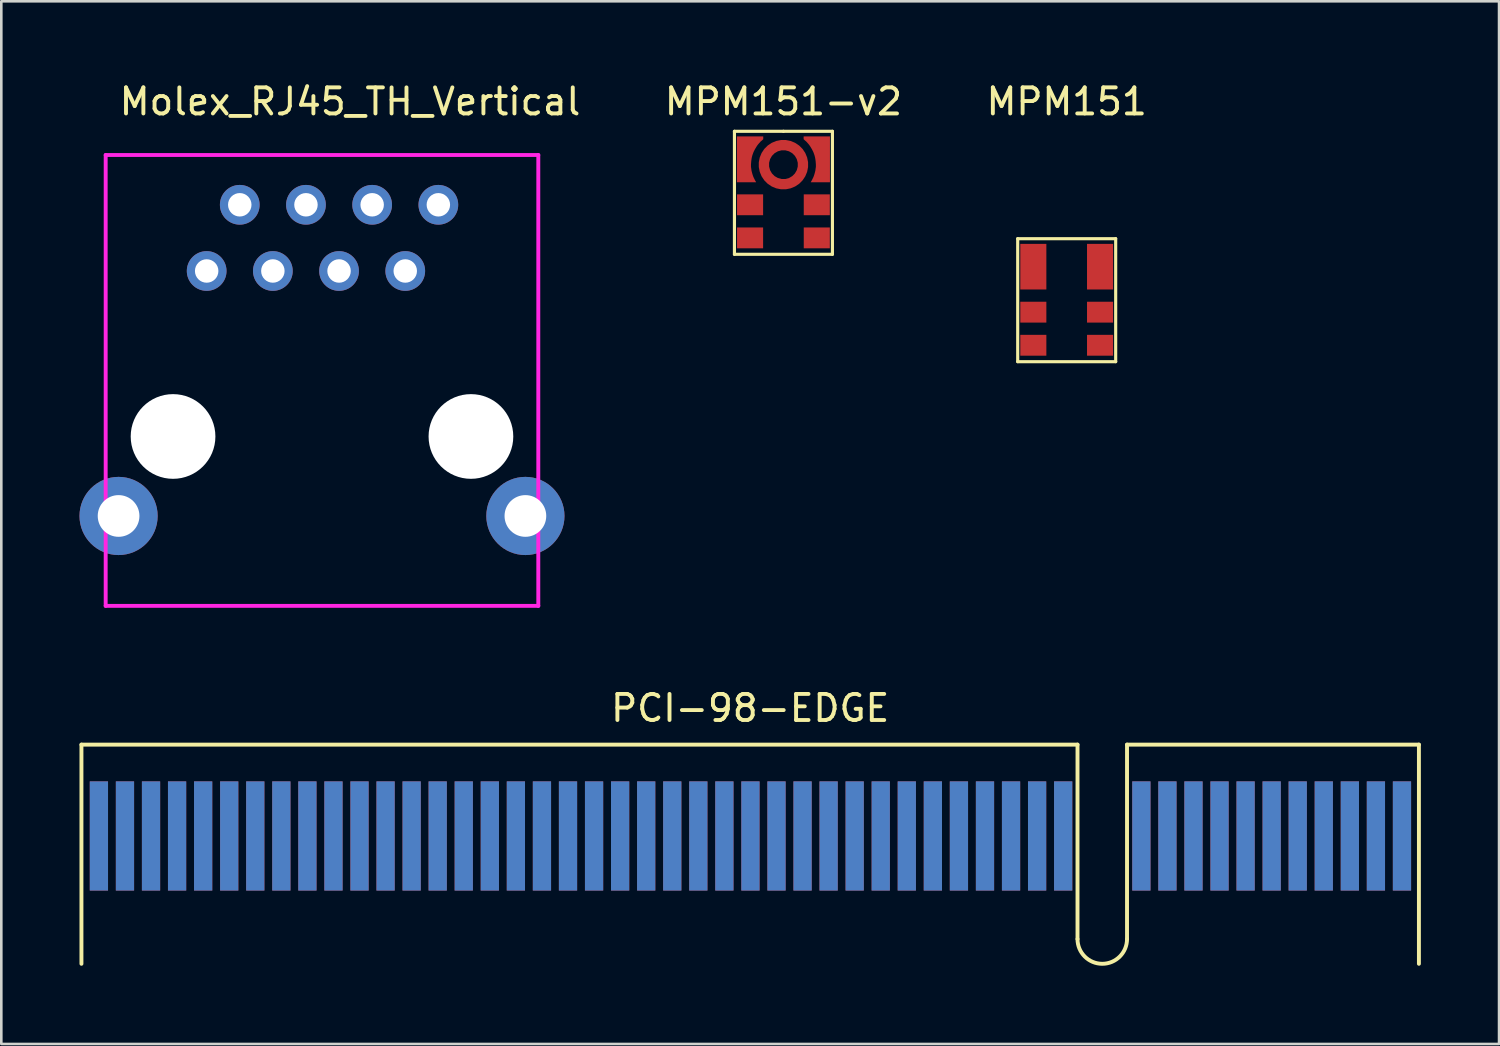
<source format=kicad_pcb>
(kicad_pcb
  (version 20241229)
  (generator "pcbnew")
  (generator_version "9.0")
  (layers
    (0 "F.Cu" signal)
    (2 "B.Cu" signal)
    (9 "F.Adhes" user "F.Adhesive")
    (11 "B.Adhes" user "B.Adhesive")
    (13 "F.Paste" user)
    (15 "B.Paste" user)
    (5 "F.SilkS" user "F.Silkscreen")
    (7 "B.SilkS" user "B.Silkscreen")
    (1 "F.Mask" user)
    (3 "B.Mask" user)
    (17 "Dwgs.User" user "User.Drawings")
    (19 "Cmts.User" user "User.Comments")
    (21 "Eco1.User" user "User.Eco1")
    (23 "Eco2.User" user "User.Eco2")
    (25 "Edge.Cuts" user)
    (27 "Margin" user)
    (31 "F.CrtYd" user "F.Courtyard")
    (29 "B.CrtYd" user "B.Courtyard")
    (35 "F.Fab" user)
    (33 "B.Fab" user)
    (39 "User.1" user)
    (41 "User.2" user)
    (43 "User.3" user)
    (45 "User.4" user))
  (footprint "MPM151-v2"
    (layer "F.Cu")
    (at 27.011 4.348)
    (property "Reference" "MPM151-v2" (at 0 -3.5 0) (layer "F.SilkS") (effects (font (size 1 1) (thickness 0.15))))
    (attr through_hole)
    (fp_line (start -1.88 -2.36) (end 0 -2.36) (stroke (width 0.12) (type solid)) (layer "F.SilkS"))
    (fp_line (start -1.88 2.36) (end -1.88 -2.36) (stroke (width 0.12) (type solid)) (layer "F.SilkS"))
    (fp_line (start 0 -2.36) (end 1.88 -2.36) (stroke (width 0.12) (type solid)) (layer "F.SilkS"))
    (fp_line (start 1.88 -2.36) (end 1.88 2.36) (stroke (width 0.12) (type solid)) (layer "F.SilkS"))
    (fp_line (start 1.88 2.36) (end -1.88 2.36) (stroke (width 0.12) (type solid)) (layer "F.SilkS"))
    (pad "" smd custom (at 0 -1.83) (size 0.4 0.3) (layers "F.Cu" "F.Mask" "F.Paste") (options (anchor rect)) (primitives (gr_circle (center 0 0.75) (end 0.75 0.75) (width 0.4) (fill no))))
    (pad "1" smd rect (at 1.28 1.73) (size 1 0.8) (layers "F.Cu" "F.Mask" "F.Paste"))
    (pad "2" smd rect (at 1.28 0.46) (size 1 0.8) (layers "F.Cu" "F.Mask" "F.Paste"))
    (pad "3" smd custom (at 1.53 -0.91) (size 0.5 1) (layers "F.Cu" "F.Mask" "F.Paste") (options (anchor rect)) (primitives (gr_poly (pts (xy 0.25 0.5) (xy -0.475 0.5) (xy -0.44 0.44) (xy -0.41 0.38) (xy -0.38 0.32) (xy -0.36 0.27) (xy -0.34 0.21) (xy -0.32 0.14) (xy -0.3 0.06) (xy -0.29 -0.02) (xy -0.28 -0.08) (xy -0.28 -0.18) (xy -0.29 -0.31) (xy -0.3 -0.38) (xy -0.31 -0.44) (xy -0.33 -0.52) (xy -0.35 -0.58) (xy -0.38 -0.66) (xy -0.41 -0.72) (xy -0.43 -0.76) (xy -0.49 -0.86) (xy -0.53 -0.92) (xy -0.57 -0.97) (xy -0.65 -1.06) (xy -0.71 -1.11) (xy -0.74 -1.14) (xy -0.75 -1.147) (xy -0.75 -1.25) (xy 0.25 -1.25)) (width 0.01) (fill yes))))
    (pad "4" smd custom (at -1.53 -0.91) (size 0.5 1) (layers "F.Cu" "F.Mask" "F.Paste") (options (anchor rect)) (primitives (gr_poly (pts (xy -0.25 0.5) (xy 0.475 0.5) (xy 0.44 0.44) (xy 0.41 0.38) (xy 0.38 0.32) (xy 0.36 0.27) (xy 0.34 0.21) (xy 0.32 0.14) (xy 0.3 0.06) (xy 0.29 -0.02) (xy 0.28 -0.08) (xy 0.28 -0.18) (xy 0.29 -0.31) (xy 0.3 -0.38) (xy 0.31 -0.44) (xy 0.33 -0.52) (xy 0.35 -0.58) (xy 0.38 -0.66) (xy 0.41 -0.72) (xy 0.43 -0.76) (xy 0.49 -0.86) (xy 0.53 -0.92) (xy 0.57 -0.97) (xy 0.65 -1.06) (xy 0.71 -1.11) (xy 0.74 -1.14) (xy 0.75 -1.147) (xy 0.75 -1.25) (xy -0.25 -1.25)) (width 0.01) (fill yes))))
    (pad "5" smd rect (at -1.28 0.46) (size 1 0.8) (layers "F.Cu" "F.Mask" "F.Paste"))
    (pad "6" smd rect (at -1.28 1.73) (size 1 0.8) (layers "F.Cu" "F.Mask" "F.Paste")))
  (footprint "MPM151"
    (layer "F.Cu")
    (at 37.88 8.468)
    (property "Reference" "MPM151" (at 0 -7.62 0) (layer "F.SilkS") (effects (font (size 1 1) (thickness 0.15))))
    (attr through_hole)
    (fp_line (start -1.88 -2.36) (end -1.88 2.36) (stroke (width 0.12) (type solid)) (layer "F.SilkS"))
    (fp_line (start -1.88 -2.36) (end 1.88 -2.36) (stroke (width 0.12) (type solid)) (layer "F.SilkS"))
    (fp_line (start 1.88 -2.36) (end 1.88 2.36) (stroke (width 0.12) (type solid)) (layer "F.SilkS"))
    (fp_line (start 1.88 2.36) (end -1.88 2.36) (stroke (width 0.12) (type solid)) (layer "F.SilkS"))
    (pad "1" smd rect (at 1.28 1.73) (size 1 0.8) (layers "F.Cu" "F.Mask" "F.Paste"))
    (pad "2" smd rect (at 1.28 0.46) (size 1 0.8) (layers "F.Cu" "F.Mask" "F.Paste"))
    (pad "3" smd rect (at 1.28 -1.285) (size 1 1.75) (layers "F.Cu" "F.Mask" "F.Paste"))
    (pad "4" smd rect (at -1.28 -1.285) (size 1 1.75) (layers "F.Cu" "F.Mask" "F.Paste"))
    (pad "5" smd rect (at -1.28 0.46) (size 1 0.8) (layers "F.Cu" "F.Mask" "F.Paste"))
    (pad "6" smd rect (at -1.28 1.73) (size 1 0.8) (layers "F.Cu" "F.Mask" "F.Paste")))
  (footprint "Molex_RJ45_TH_Vertical"
    (layer "F.Cu")
    (at 4.88 7.348)
    (property "Reference" "Molex_RJ45_TH_Vertical" (at 5.5 -6.5 0) (layer "F.SilkS") (effects (font (size 1 1) (thickness 0.15))))
    (attr through_hole)
    (fp_line (start -3.875 -4.45) (end 12.725 -4.45) (stroke (width 0.15) (type solid)) (layer "F.CrtYd"))
    (fp_line (start -3.875 12.85) (end -3.875 -4.45) (stroke (width 0.15) (type solid)) (layer "F.CrtYd"))
    (fp_line (start 12.725 -4.45) (end 12.725 12.85) (stroke (width 0.15) (type solid)) (layer "F.CrtYd"))
    (fp_line (start 12.725 12.85) (end -3.875 12.85) (stroke (width 0.15) (type solid)) (layer "F.CrtYd"))
    (pad "" thru_hole circle (at -3.38 9.4) (size 3 3) (drill 1.6) (layers "*.Cu" "*.Mask"))
    (pad "" np_thru_hole circle (at -1.29 6.35) (size 3.25 3.25) (drill 3.25) (layers "*.Cu" "*.Mask"))
    (pad "" np_thru_hole circle (at 10.14 6.35) (size 3.25 3.25) (drill 3.25) (layers "*.Cu" "*.Mask"))
    (pad "" thru_hole circle (at 12.23 9.4) (size 3 3) (drill 1.6) (layers "*.Cu" "*.Mask"))
    (pad "1" thru_hole circle (at 0 0) (size 1.524 1.524) (drill 0.9) (layers "*.Cu" "*.Mask"))
    (pad "2" thru_hole circle (at 1.27 -2.54) (size 1.524 1.524) (drill 0.9) (layers "*.Cu" "*.Mask"))
    (pad "3" thru_hole circle (at 2.54 0) (size 1.524 1.524) (drill 0.9) (layers "*.Cu" "*.Mask"))
    (pad "4" thru_hole circle (at 3.81 -2.54) (size 1.524 1.524) (drill 0.9) (layers "*.Cu" "*.Mask"))
    (pad "5" thru_hole circle (at 5.08 0) (size 1.524 1.524) (drill 0.9) (layers "*.Cu" "*.Mask"))
    (pad "6" thru_hole circle (at 6.35 -2.54) (size 1.524 1.524) (drill 0.9) (layers "*.Cu" "*.Mask"))
    (pad "7" thru_hole circle (at 7.62 0) (size 1.524 1.524) (drill 0.9) (layers "*.Cu" "*.Mask"))
    (pad "8" thru_hole circle (at 8.89 -2.54) (size 1.524 1.524) (drill 0.9) (layers "*.Cu" "*.Mask")))
  (footprint "PCI-98-EDGE"
    (layer "F.Cu")
    (at 25.735 31.122)
    (property "Reference" "PCI-98-EDGE" (at 0 -7 0) (layer "F.SilkS") (effects (font (size 1 1) (thickness 0.15))))
    (attr through_hole)
    (fp_line (start -25.66 -5.6) (end -25.66 2.81) (stroke (width 0.15) (type solid)) (layer "F.SilkS"))
    (fp_line (start 12.56 -5.6) (end -25.66 -5.6) (stroke (width 0.15) (type solid)) (layer "F.SilkS"))
    (fp_line (start 12.56 -5.6) (end 12.56 1.86) (stroke (width 0.15) (type solid)) (layer "F.SilkS"))
    (fp_line (start 14.46 -5.6) (end 25.66 -5.6) (stroke (width 0.15) (type solid)) (layer "F.SilkS"))
    (fp_line (start 14.46 1.86) (end 14.46 -5.6) (stroke (width 0.15) (type solid)) (layer "F.SilkS"))
    (fp_line (start 25.66 -5.6) (end 25.66 2.81) (stroke (width 0.15) (type solid)) (layer "F.SilkS"))
    (fp_arc (start 14.46 1.86) (mid 13.51 2.81) (end 12.56 1.86) (stroke (width 0.15) (type solid)) (layer "F.SilkS"))
    (pad "A1" smd rect (at 25.01 -2.8) (size 0.7 4.19) (drill (offset 0 0.705)) (layers "B.Cu" "B.Mask" "B.Paste"))
    (pad "A2" smd rect (at 24.01 -2.8) (size 0.7 4.19) (drill (offset 0 0.705)) (layers "B.Cu" "B.Mask" "B.Paste"))
    (pad "A3" smd rect (at 23.01 -2.8) (size 0.7 4.19) (drill (offset 0 0.705)) (layers "B.Cu" "B.Mask" "B.Paste"))
    (pad "A4" smd rect (at 22.01 -2.8) (size 0.7 4.19) (drill (offset 0 0.705)) (layers "B.Cu" "B.Mask" "B.Paste"))
    (pad "A5" smd rect (at 21.01 -2.8) (size 0.7 4.19) (drill (offset 0 0.705)) (layers "B.Cu" "B.Mask" "B.Paste"))
    (pad "A6" smd rect (at 20.01 -2.8) (size 0.7 4.19) (drill (offset 0 0.705)) (layers "B.Cu" "B.Mask" "B.Paste"))
    (pad "A7" smd rect (at 19.01 -2.8) (size 0.7 4.19) (drill (offset 0 0.705)) (layers "B.Cu" "B.Mask" "B.Paste"))
    (pad "A8" smd rect (at 18.01 -2.8) (size 0.7 4.19) (drill (offset 0 0.705)) (layers "B.Cu" "B.Mask" "B.Paste"))
    (pad "A9" smd rect (at 17.01 -2.8) (size 0.7 4.19) (drill (offset 0 0.705)) (layers "B.Cu" "B.Mask" "B.Paste"))
    (pad "A10" smd rect (at 16.01 -2.8) (size 0.7 4.19) (drill (offset 0 0.705)) (layers "B.Cu" "B.Mask" "B.Paste"))
    (pad "A11" smd rect (at 15.01 -2.8) (size 0.7 4.19) (drill (offset 0 0.705)) (layers "B.Cu" "B.Mask" "B.Paste"))
    (pad "A12" smd rect (at 12.01 -2.8) (size 0.7 4.19) (drill (offset 0 0.705)) (layers "B.Cu" "B.Mask" "B.Paste"))
    (pad "A13" smd rect (at 11.01 -2.8) (size 0.7 4.19) (drill (offset 0 0.705)) (layers "B.Cu" "B.Mask" "B.Paste"))
    (pad "A14" smd rect (at 10.01 -2.8) (size 0.7 4.19) (drill (offset 0 0.705)) (layers "B.Cu" "B.Mask" "B.Paste"))
    (pad "A15" smd rect (at 9.01 -2.8) (size 0.7 4.19) (drill (offset 0 0.705)) (layers "B.Cu" "B.Mask" "B.Paste"))
    (pad "A16" smd rect (at 8.01 -2.8) (size 0.7 4.19) (drill (offset 0 0.705)) (layers "B.Cu" "B.Mask" "B.Paste"))
    (pad "A17" smd rect (at 7.01 -2.8) (size 0.7 4.19) (drill (offset 0 0.705)) (layers "B.Cu" "B.Mask" "B.Paste"))
    (pad "A18" smd rect (at 6.01 -2.8) (size 0.7 4.19) (drill (offset 0 0.705)) (layers "B.Cu" "B.Mask" "B.Paste"))
    (pad "A19" smd rect (at 5.01 -2.8) (size 0.7 4.19) (drill (offset 0 0.705)) (layers "B.Cu" "B.Mask" "B.Paste"))
    (pad "A20" smd rect (at 4.01 -2.8) (size 0.7 4.19) (drill (offset 0 0.705)) (layers "B.Cu" "B.Mask" "B.Paste"))
    (pad "A21" smd rect (at 3.01 -2.8) (size 0.7 4.19) (drill (offset 0 0.705)) (layers "B.Cu" "B.Mask" "B.Paste"))
    (pad "A22" smd rect (at 2.01 -2.8) (size 0.7 4.19) (drill (offset 0 0.705)) (layers "B.Cu" "B.Mask" "B.Paste"))
    (pad "A23" smd rect (at 1.01 -2.8) (size 0.7 4.19) (drill (offset 0 0.705)) (layers "B.Cu" "B.Mask" "B.Paste"))
    (pad "A24" smd rect (at 0.01 -2.8) (size 0.7 4.19) (drill (offset 0 0.705)) (layers "B.Cu" "B.Mask" "B.Paste"))
    (pad "A25" smd rect (at -0.99 -2.8) (size 0.7 4.19) (drill (offset 0 0.705)) (layers "B.Cu" "B.Mask" "B.Paste"))
    (pad "A26" smd rect (at -1.99 -2.8) (size 0.7 4.19) (drill (offset 0 0.705)) (layers "B.Cu" "B.Mask" "B.Paste"))
    (pad "A27" smd rect (at -2.99 -2.8) (size 0.7 4.19) (drill (offset 0 0.705)) (layers "B.Cu" "B.Mask" "B.Paste"))
    (pad "A28" smd rect (at -3.99 -2.8) (size 0.7 4.19) (drill (offset 0 0.705)) (layers "B.Cu" "B.Mask" "B.Paste"))
    (pad "A29" smd rect (at -4.99 -2.8) (size 0.7 4.19) (drill (offset 0 0.705)) (layers "B.Cu" "B.Mask" "B.Paste"))
    (pad "A30" smd rect (at -5.99 -2.8) (size 0.7 4.19) (drill (offset 0 0.705)) (layers "B.Cu" "B.Mask" "B.Paste"))
    (pad "A31" smd rect (at -6.99 -2.8) (size 0.7 4.19) (drill (offset 0 0.705)) (layers "B.Cu" "B.Mask" "B.Paste"))
    (pad "A32" smd rect (at -7.99 -2.8) (size 0.7 4.19) (drill (offset 0 0.705)) (layers "B.Cu" "B.Mask" "B.Paste"))
    (pad "A33" smd rect (at -8.99 -2.8) (size 0.7 4.19) (drill (offset 0 0.705)) (layers "B.Cu" "B.Mask" "B.Paste"))
    (pad "A34" smd rect (at -9.99 -2.8) (size 0.7 4.19) (drill (offset 0 0.705)) (layers "B.Cu" "B.Mask" "B.Paste"))
    (pad "A35" smd rect (at -10.99 -2.8) (size 0.7 4.19) (drill (offset 0 0.705)) (layers "B.Cu" "B.Mask" "B.Paste"))
    (pad "A36" smd rect (at -11.99 -2.8) (size 0.7 4.19) (drill (offset 0 0.705)) (layers "B.Cu" "B.Mask" "B.Paste"))
    (pad "A37" smd rect (at -12.99 -2.8) (size 0.7 4.19) (drill (offset 0 0.705)) (layers "B.Cu" "B.Mask" "B.Paste"))
    (pad "A38" smd rect (at -13.99 -2.8) (size 0.7 4.19) (drill (offset 0 0.705)) (layers "B.Cu" "B.Mask" "B.Paste"))
    (pad "A39" smd rect (at -14.99 -2.8) (size 0.7 4.19) (drill (offset 0 0.705)) (layers "B.Cu" "B.Mask" "B.Paste"))
    (pad "A40" smd rect (at -15.99 -2.8) (size 0.7 4.19) (drill (offset 0 0.705)) (layers "B.Cu" "B.Mask" "B.Paste"))
    (pad "A41" smd rect (at -16.99 -2.8) (size 0.7 4.19) (drill (offset 0 0.705)) (layers "B.Cu" "B.Mask" "B.Paste"))
    (pad "A42" smd rect (at -17.99 -2.8) (size 0.7 4.19) (drill (offset 0 0.705)) (layers "B.Cu" "B.Mask" "B.Paste"))
    (pad "A43" smd rect (at -18.99 -2.8) (size 0.7 4.19) (drill (offset 0 0.705)) (layers "B.Cu" "B.Mask" "B.Paste"))
    (pad "A44" smd rect (at -19.99 -2.8) (size 0.7 4.19) (drill (offset 0 0.705)) (layers "B.Cu" "B.Mask" "B.Paste"))
    (pad "A45" smd rect (at -20.99 -2.8) (size 0.7 4.19) (drill (offset 0 0.705)) (layers "B.Cu" "B.Mask" "B.Paste"))
    (pad "A46" smd rect (at -21.99 -2.8) (size 0.7 4.19) (drill (offset 0 0.705)) (layers "B.Cu" "B.Mask" "B.Paste"))
    (pad "A47" smd rect (at -22.99 -2.8) (size 0.7 4.19) (drill (offset 0 0.705)) (layers "B.Cu" "B.Mask" "B.Paste"))
    (pad "A48" smd rect (at -23.99 -2.8) (size 0.7 4.19) (drill (offset 0 0.705)) (layers "B.Cu" "B.Mask" "B.Paste"))
    (pad "A49" smd rect (at -24.99 -2.8) (size 0.7 4.19) (drill (offset 0 0.705)) (layers "B.Cu" "B.Mask" "B.Paste"))
    (pad "B1" smd rect (at 25.01 -2.8) (size 0.7 4.19) (drill (offset 0 0.705)) (layers "F.Cu" "F.Mask" "F.Paste"))
    (pad "B2" smd rect (at 24.01 -2.8) (size 0.7 4.19) (drill (offset 0 0.705)) (layers "F.Cu" "F.Mask" "F.Paste"))
    (pad "B3" smd rect (at 23.01 -2.8) (size 0.7 4.19) (drill (offset 0 0.705)) (layers "F.Cu" "F.Mask" "F.Paste"))
    (pad "B4" smd rect (at 22.01 -2.8) (size 0.7 4.19) (drill (offset 0 0.705)) (layers "F.Cu" "F.Mask" "F.Paste"))
    (pad "B5" smd rect (at 21.01 -2.8) (size 0.7 4.19) (drill (offset 0 0.705)) (layers "F.Cu" "F.Mask" "F.Paste"))
    (pad "B6" smd rect (at 20.01 -2.8) (size 0.7 4.19) (drill (offset 0 0.705)) (layers "F.Cu" "F.Mask" "F.Paste"))
    (pad "B7" smd rect (at 19.01 -2.8) (size 0.7 4.19) (drill (offset 0 0.705)) (layers "F.Cu" "F.Mask" "F.Paste"))
    (pad "B8" smd rect (at 18.01 -2.8) (size 0.7 4.19) (drill (offset 0 0.705)) (layers "F.Cu" "F.Mask" "F.Paste"))
    (pad "B9" smd rect (at 17.01 -2.8) (size 0.7 4.19) (drill (offset 0 0.705)) (layers "F.Cu" "F.Mask" "F.Paste"))
    (pad "B10" smd rect (at 16.01 -2.8) (size 0.7 4.19) (drill (offset 0 0.705)) (layers "F.Cu" "F.Mask" "F.Paste"))
    (pad "B11" smd rect (at 15.01 -2.8) (size 0.7 4.19) (drill (offset 0 0.705)) (layers "F.Cu" "F.Mask" "F.Paste"))
    (pad "B12" smd rect (at 12.01 -2.8) (size 0.7 4.19) (drill (offset 0 0.705)) (layers "F.Cu" "F.Mask" "F.Paste"))
    (pad "B13" smd rect (at 11.01 -2.8) (size 0.7 4.19) (drill (offset 0 0.705)) (layers "F.Cu" "F.Mask" "F.Paste"))
    (pad "B14" smd rect (at 10.01 -2.8) (size 0.7 4.19) (drill (offset 0 0.705)) (layers "F.Cu" "F.Mask" "F.Paste"))
    (pad "B15" smd rect (at 9.01 -2.8) (size 0.7 4.19) (drill (offset 0 0.705)) (layers "F.Cu" "F.Mask" "F.Paste"))
    (pad "B16" smd rect (at 8.01 -2.8) (size 0.7 4.19) (drill (offset 0 0.705)) (layers "F.Cu" "F.Mask" "F.Paste"))
    (pad "B17" smd rect (at 7.01 -2.8) (size 0.7 4.19) (drill (offset 0 0.705)) (layers "F.Cu" "F.Mask" "F.Paste"))
    (pad "B18" smd rect (at 6.01 -2.8) (size 0.7 4.19) (drill (offset 0 0.705)) (layers "F.Cu" "F.Mask" "F.Paste"))
    (pad "B19" smd rect (at 5.01 -2.8) (size 0.7 4.19) (drill (offset 0 0.705)) (layers "F.Cu" "F.Mask" "F.Paste"))
    (pad "B20" smd rect (at 4.01 -2.8) (size 0.7 4.19) (drill (offset 0 0.705)) (layers "F.Cu" "F.Mask" "F.Paste"))
    (pad "B21" smd rect (at 3.01 -2.8) (size 0.7 4.19) (drill (offset 0 0.705)) (layers "F.Cu" "F.Mask" "F.Paste"))
    (pad "B22" smd rect (at 2.01 -2.8) (size 0.7 4.19) (drill (offset 0 0.705)) (layers "F.Cu" "F.Mask" "F.Paste"))
    (pad "B23" smd rect (at 1.01 -2.8) (size 0.7 4.19) (drill (offset 0 0.705)) (layers "F.Cu" "F.Mask" "F.Paste"))
    (pad "B24" smd rect (at 0.01 -2.8) (size 0.7 4.19) (drill (offset 0 0.705)) (layers "F.Cu" "F.Mask" "F.Paste"))
    (pad "B25" smd rect (at -0.99 -2.8) (size 0.7 4.19) (drill (offset 0 0.705)) (layers "F.Cu" "F.Mask" "F.Paste"))
    (pad "B26" smd rect (at -1.99 -2.8) (size 0.7 4.19) (drill (offset 0 0.705)) (layers "F.Cu" "F.Mask" "F.Paste"))
    (pad "B27" smd rect (at -2.99 -2.8) (size 0.7 4.19) (drill (offset 0 0.705)) (layers "F.Cu" "F.Mask" "F.Paste"))
    (pad "B28" smd rect (at -3.99 -2.8) (size 0.7 4.19) (drill (offset 0 0.705)) (layers "F.Cu" "F.Mask" "F.Paste"))
    (pad "B29" smd rect (at -4.99 -2.8) (size 0.7 4.19) (drill (offset 0 0.705)) (layers "F.Cu" "F.Mask" "F.Paste"))
    (pad "B30" smd rect (at -5.99 -2.8) (size 0.7 4.19) (drill (offset 0 0.705)) (layers "F.Cu" "F.Mask" "F.Paste"))
    (pad "B31" smd rect (at -6.99 -2.8) (size 0.7 4.19) (drill (offset 0 0.705)) (layers "F.Cu" "F.Mask" "F.Paste"))
    (pad "B32" smd rect (at -7.99 -2.8) (size 0.7 4.19) (drill (offset 0 0.705)) (layers "F.Cu" "F.Mask" "F.Paste"))
    (pad "B33" smd rect (at -8.99 -2.8) (size 0.7 4.19) (drill (offset 0 0.705)) (layers "F.Cu" "F.Mask" "F.Paste"))
    (pad "B34" smd rect (at -9.99 -2.8) (size 0.7 4.19) (drill (offset 0 0.705)) (layers "F.Cu" "F.Mask" "F.Paste"))
    (pad "B35" smd rect (at -10.99 -2.8) (size 0.7 4.19) (drill (offset 0 0.705)) (layers "F.Cu" "F.Mask" "F.Paste"))
    (pad "B36" smd rect (at -11.99 -2.8) (size 0.7 4.19) (drill (offset 0 0.705)) (layers "F.Cu" "F.Mask" "F.Paste"))
    (pad "B37" smd rect (at -12.99 -2.8) (size 0.7 4.19) (drill (offset 0 0.705)) (layers "F.Cu" "F.Mask" "F.Paste"))
    (pad "B38" smd rect (at -13.99 -2.8) (size 0.7 4.19) (drill (offset 0 0.705)) (layers "F.Cu" "F.Mask" "F.Paste"))
    (pad "B39" smd rect (at -14.99 -2.8) (size 0.7 4.19) (drill (offset 0 0.705)) (layers "F.Cu" "F.Mask" "F.Paste"))
    (pad "B40" smd rect (at -15.99 -2.8) (size 0.7 4.19) (drill (offset 0 0.705)) (layers "F.Cu" "F.Mask" "F.Paste"))
    (pad "B41" smd rect (at -16.99 -2.8) (size 0.7 4.19) (drill (offset 0 0.705)) (layers "F.Cu" "F.Mask" "F.Paste"))
    (pad "B42" smd rect (at -17.99 -2.8) (size 0.7 4.19) (drill (offset 0 0.705)) (layers "F.Cu" "F.Mask" "F.Paste"))
    (pad "B43" smd rect (at -18.99 -2.8) (size 0.7 4.19) (drill (offset 0 0.705)) (layers "F.Cu" "F.Mask" "F.Paste"))
    (pad "B44" smd rect (at -19.99 -2.8) (size 0.7 4.19) (drill (offset 0 0.705)) (layers "F.Cu" "F.Mask" "F.Paste"))
    (pad "B45" smd rect (at -20.99 -2.8) (size 0.7 4.19) (drill (offset 0 0.705)) (layers "F.Cu" "F.Mask" "F.Paste"))
    (pad "B46" smd rect (at -21.99 -2.8) (size 0.7 4.19) (drill (offset 0 0.705)) (layers "F.Cu" "F.Mask" "F.Paste"))
    (pad "B47" smd rect (at -22.99 -2.8) (size 0.7 4.19) (drill (offset 0 0.705)) (layers "F.Cu" "F.Mask" "F.Paste"))
    (pad "B48" smd rect (at -23.99 -2.8) (size 0.7 4.19) (drill (offset 0 0.705)) (layers "F.Cu" "F.Mask" "F.Paste"))
    (pad "B49" smd rect (at -24.99 -2.8) (size 0.7 4.19) (drill (offset 0 0.705)) (layers "F.Cu" "F.Mask" "F.Paste")))
  (gr_rect
    (start -3 -3)
    (end 54.47 37.007)
    (stroke (width 0.1) (type default))
    (fill no)
    (layer "Edge.Cuts")))
</source>
